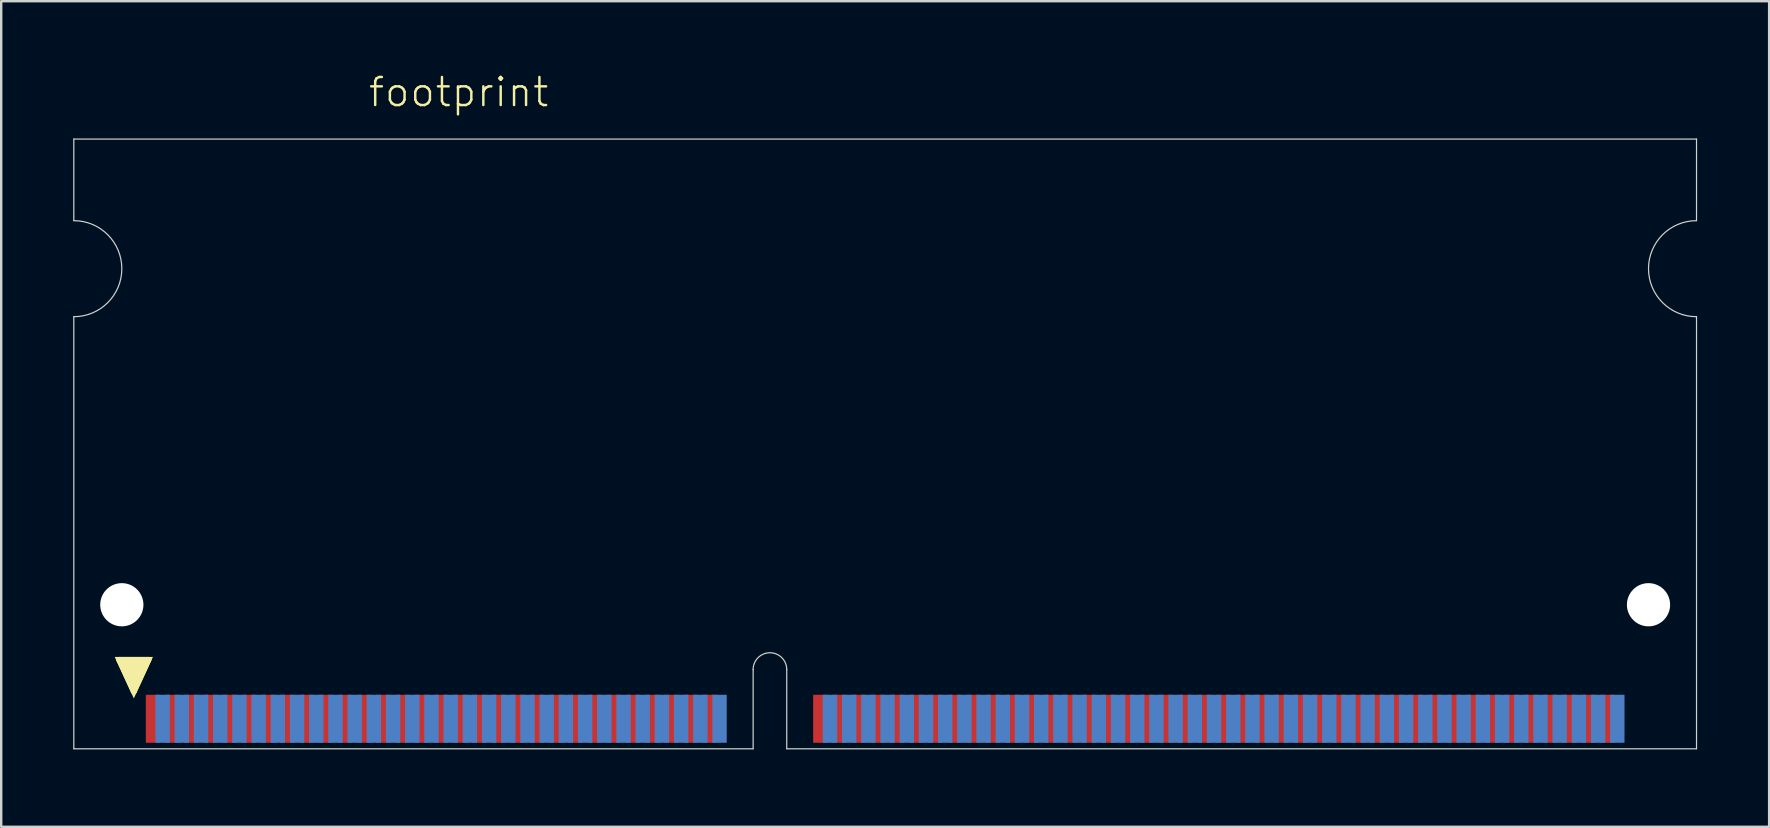
<source format=kicad_pcb>
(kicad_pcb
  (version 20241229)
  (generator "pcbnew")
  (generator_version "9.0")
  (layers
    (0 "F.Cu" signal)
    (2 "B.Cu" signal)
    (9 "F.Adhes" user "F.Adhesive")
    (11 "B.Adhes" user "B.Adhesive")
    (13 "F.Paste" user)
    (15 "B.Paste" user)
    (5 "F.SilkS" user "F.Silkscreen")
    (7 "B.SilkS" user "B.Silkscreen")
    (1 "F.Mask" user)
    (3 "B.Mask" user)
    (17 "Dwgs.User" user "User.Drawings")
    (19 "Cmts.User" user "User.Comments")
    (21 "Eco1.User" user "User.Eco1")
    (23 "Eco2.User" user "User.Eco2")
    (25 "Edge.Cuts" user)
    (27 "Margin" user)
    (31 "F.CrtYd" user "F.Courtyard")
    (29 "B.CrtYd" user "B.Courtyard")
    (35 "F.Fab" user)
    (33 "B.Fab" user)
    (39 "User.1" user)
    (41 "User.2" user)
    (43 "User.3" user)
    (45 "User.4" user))
  (footprint "footprint"
    (layer "F.Cu")
    (at 33.825 28.143)
    (property "Reference" "footprint" (at -21.59 -26.67 0) (layer "F.SilkS") (effects (font (size 1.168 1.168) (thickness 0.102)) (justify left bottom)))
    (fp_line (start -31.9 -3.7) (end -30.7 -3.7) (stroke (width 0.254) (type solid)) (layer "F.SilkS"))
    (fp_line (start -31.3 -2.4) (end -31.9 -3.7) (stroke (width 0.254) (type solid)) (layer "F.SilkS"))
    (fp_line (start -30.7 -3.7) (end -31.3 -2.4) (stroke (width 0.254) (type solid)) (layer "F.SilkS"))
    (fp_poly (pts (xy -31.3 -2.097) (xy -32.098 -3.827) (xy -30.502 -3.827)) (stroke (width 0) (type solid)) (fill yes) (layer "F.SilkS"))
    (fp_line (start -33.8 -25.4) (end -33.8 -22) (stroke (width 0.05) (type solid)) (layer "Edge.Cuts"))
    (fp_line (start -33.8 -18) (end -33.8 0) (stroke (width 0.05) (type solid)) (layer "Edge.Cuts"))
    (fp_line (start -33.8 0) (end -5.5 0) (stroke (width 0.05) (type solid)) (layer "Edge.Cuts"))
    (fp_line (start -5.5 0) (end -5.5 -3.3) (stroke (width 0.05) (type solid)) (layer "Edge.Cuts"))
    (fp_line (start -4.1 0) (end -4.1 -3.3) (stroke (width 0.05) (type solid)) (layer "Edge.Cuts"))
    (fp_line (start -4.1 0) (end 33.8 0) (stroke (width 0.05) (type solid)) (layer "Edge.Cuts"))
    (fp_line (start 33.8 -25.4) (end -33.8 -25.4) (stroke (width 0.05) (type solid)) (layer "Edge.Cuts"))
    (fp_line (start 33.8 -22) (end 33.8 -25.4) (stroke (width 0.05) (type solid)) (layer "Edge.Cuts"))
    (fp_line (start 33.8 0) (end 33.8 -18) (stroke (width 0.05) (type solid)) (layer "Edge.Cuts"))
    (fp_arc (start -33.8 -22) (mid -31.8 -20) (end -33.8 -18) (stroke (width 0.05) (type solid)) (layer "Edge.Cuts"))
    (fp_arc (start -5.5 -3.3) (mid -4.8 -4) (end -4.1 -3.3) (stroke (width 0.05) (type solid)) (layer "Edge.Cuts"))
    (fp_arc (start 33.8 -18) (mid 31.8 -20) (end 33.8 -22) (stroke (width 0.05) (type solid)) (layer "Edge.Cuts"))
    (pad "" np_thru_hole circle (at -31.8 -6) (size 1.8 1.8) (drill 1.8) (layers "*.Cu" "*.Mask"))
    (pad "" np_thru_hole circle (at 31.8 -6) (size 1.8 1.8) (drill 1.8) (layers "*.Cu" "*.Mask"))
    (pad "1" smd rect (at -30.5 -1.25) (size 0.6 2) (layers "F.Cu" "F.Mask" "F.Paste"))
    (pad "2" smd rect (at -29.7 -1.25) (size 0.6 2) (layers "F.Cu" "F.Mask" "F.Paste"))
    (pad "3" smd rect (at -28.9 -1.25) (size 0.6 2) (layers "F.Cu" "F.Mask" "F.Paste"))
    (pad "4" smd rect (at -28.1 -1.25) (size 0.6 2) (layers "F.Cu" "F.Mask" "F.Paste"))
    (pad "5" smd rect (at -27.3 -1.25) (size 0.6 2) (layers "F.Cu" "F.Mask" "F.Paste"))
    (pad "6" smd rect (at -26.5 -1.25) (size 0.6 2) (layers "F.Cu" "F.Mask" "F.Paste"))
    (pad "7" smd rect (at -25.7 -1.25) (size 0.6 2) (layers "F.Cu" "F.Mask" "F.Paste"))
    (pad "8" smd rect (at -24.9 -1.25) (size 0.6 2) (layers "F.Cu" "F.Mask" "F.Paste"))
    (pad "9" smd rect (at -24.1 -1.25) (size 0.6 2) (layers "F.Cu" "F.Mask" "F.Paste"))
    (pad "10" smd rect (at -23.3 -1.25) (size 0.6 2) (layers "F.Cu" "F.Mask" "F.Paste"))
    (pad "11" smd rect (at -22.5 -1.25) (size 0.6 2) (layers "F.Cu" "F.Mask" "F.Paste"))
    (pad "12" smd rect (at -21.7 -1.25) (size 0.6 2) (layers "F.Cu" "F.Mask" "F.Paste"))
    (pad "13" smd rect (at -20.9 -1.25) (size 0.6 2) (layers "F.Cu" "F.Mask" "F.Paste"))
    (pad "14" smd rect (at -20.1 -1.25) (size 0.6 2) (layers "F.Cu" "F.Mask" "F.Paste"))
    (pad "15" smd rect (at -19.3 -1.25) (size 0.6 2) (layers "F.Cu" "F.Mask" "F.Paste"))
    (pad "16" smd rect (at -18.5 -1.25) (size 0.6 2) (layers "F.Cu" "F.Mask" "F.Paste"))
    (pad "17" smd rect (at -17.7 -1.25) (size 0.6 2) (layers "F.Cu" "F.Mask" "F.Paste"))
    (pad "18" smd rect (at -16.9 -1.25) (size 0.6 2) (layers "F.Cu" "F.Mask" "F.Paste"))
    (pad "19" smd rect (at -16.1 -1.25) (size 0.6 2) (layers "F.Cu" "F.Mask" "F.Paste"))
    (pad "20" smd rect (at -15.3 -1.25) (size 0.6 2) (layers "F.Cu" "F.Mask" "F.Paste"))
    (pad "21" smd rect (at -14.5 -1.25) (size 0.6 2) (layers "F.Cu" "F.Mask" "F.Paste"))
    (pad "22" smd rect (at -13.7 -1.25) (size 0.6 2) (layers "F.Cu" "F.Mask" "F.Paste"))
    (pad "23" smd rect (at -12.9 -1.25) (size 0.6 2) (layers "F.Cu" "F.Mask" "F.Paste"))
    (pad "24" smd rect (at -12.1 -1.25) (size 0.6 2) (layers "F.Cu" "F.Mask" "F.Paste"))
    (pad "25" smd rect (at -11.3 -1.25) (size 0.6 2) (layers "F.Cu" "F.Mask" "F.Paste"))
    (pad "26" smd rect (at -10.5 -1.25) (size 0.6 2) (layers "F.Cu" "F.Mask" "F.Paste"))
    (pad "27" smd rect (at -9.7 -1.25) (size 0.6 2) (layers "F.Cu" "F.Mask" "F.Paste"))
    (pad "28" smd rect (at -8.9 -1.25) (size 0.6 2) (layers "F.Cu" "F.Mask" "F.Paste"))
    (pad "29" smd rect (at -8.1 -1.25) (size 0.6 2) (layers "F.Cu" "F.Mask" "F.Paste"))
    (pad "30" smd rect (at -7.3 -1.25) (size 0.6 2) (layers "F.Cu" "F.Mask" "F.Paste"))
    (pad "31" smd rect (at -2.7 -1.25) (size 0.6 2) (layers "F.Cu" "F.Mask" "F.Paste"))
    (pad "32" smd rect (at -1.9 -1.25) (size 0.6 2) (layers "F.Cu" "F.Mask" "F.Paste"))
    (pad "33" smd rect (at -1.1 -1.25) (size 0.6 2) (layers "F.Cu" "F.Mask" "F.Paste"))
    (pad "34" smd rect (at -0.3 -1.25) (size 0.6 2) (layers "F.Cu" "F.Mask" "F.Paste"))
    (pad "35" smd rect (at 0.5 -1.25) (size 0.6 2) (layers "F.Cu" "F.Mask" "F.Paste"))
    (pad "36" smd rect (at 1.3 -1.25) (size 0.6 2) (layers "F.Cu" "F.Mask" "F.Paste"))
    (pad "37" smd rect (at 2.1 -1.25) (size 0.6 2) (layers "F.Cu" "F.Mask" "F.Paste"))
    (pad "38" smd rect (at 2.9 -1.25) (size 0.6 2) (layers "F.Cu" "F.Mask" "F.Paste"))
    (pad "39" smd rect (at 3.7 -1.25) (size 0.6 2) (layers "F.Cu" "F.Mask" "F.Paste"))
    (pad "40" smd rect (at 4.5 -1.25) (size 0.6 2) (layers "F.Cu" "F.Mask" "F.Paste"))
    (pad "41" smd rect (at 5.3 -1.25) (size 0.6 2) (layers "F.Cu" "F.Mask" "F.Paste"))
    (pad "42" smd rect (at 6.1 -1.25) (size 0.6 2) (layers "F.Cu" "F.Mask" "F.Paste"))
    (pad "43" smd rect (at 6.9 -1.25) (size 0.6 2) (layers "F.Cu" "F.Mask" "F.Paste"))
    (pad "44" smd rect (at 7.7 -1.25) (size 0.6 2) (layers "F.Cu" "F.Mask" "F.Paste"))
    (pad "45" smd rect (at 8.5 -1.25) (size 0.6 2) (layers "F.Cu" "F.Mask" "F.Paste"))
    (pad "46" smd rect (at 9.3 -1.25) (size 0.6 2) (layers "F.Cu" "F.Mask" "F.Paste"))
    (pad "47" smd rect (at 10.1 -1.25) (size 0.6 2) (layers "F.Cu" "F.Mask" "F.Paste"))
    (pad "48" smd rect (at 10.9 -1.25) (size 0.6 2) (layers "F.Cu" "F.Mask" "F.Paste"))
    (pad "49" smd rect (at 11.7 -1.25) (size 0.6 2) (layers "F.Cu" "F.Mask" "F.Paste"))
    (pad "50" smd rect (at 12.5 -1.25) (size 0.6 2) (layers "F.Cu" "F.Mask" "F.Paste"))
    (pad "51" smd rect (at 13.3 -1.25) (size 0.6 2) (layers "F.Cu" "F.Mask" "F.Paste"))
    (pad "52" smd rect (at 14.1 -1.25) (size 0.6 2) (layers "F.Cu" "F.Mask" "F.Paste"))
    (pad "53" smd rect (at 14.9 -1.25) (size 0.6 2) (layers "F.Cu" "F.Mask" "F.Paste"))
    (pad "54" smd rect (at 15.7 -1.25) (size 0.6 2) (layers "F.Cu" "F.Mask" "F.Paste"))
    (pad "55" smd rect (at 16.5 -1.25) (size 0.6 2) (layers "F.Cu" "F.Mask" "F.Paste"))
    (pad "56" smd rect (at 17.3 -1.25) (size 0.6 2) (layers "F.Cu" "F.Mask" "F.Paste"))
    (pad "57" smd rect (at 18.1 -1.25) (size 0.6 2) (layers "F.Cu" "F.Mask" "F.Paste"))
    (pad "58" smd rect (at 18.9 -1.25) (size 0.6 2) (layers "F.Cu" "F.Mask" "F.Paste"))
    (pad "59" smd rect (at 19.7 -1.25) (size 0.6 2) (layers "F.Cu" "F.Mask" "F.Paste"))
    (pad "60" smd rect (at 20.5 -1.25) (size 0.6 2) (layers "F.Cu" "F.Mask" "F.Paste"))
    (pad "61" smd rect (at 21.3 -1.25) (size 0.6 2) (layers "F.Cu" "F.Mask" "F.Paste"))
    (pad "62" smd rect (at 22.1 -1.25) (size 0.6 2) (layers "F.Cu" "F.Mask" "F.Paste"))
    (pad "63" smd rect (at 22.9 -1.25) (size 0.6 2) (layers "F.Cu" "F.Mask" "F.Paste"))
    (pad "64" smd rect (at 23.7 -1.25) (size 0.6 2) (layers "F.Cu" "F.Mask" "F.Paste"))
    (pad "65" smd rect (at 24.5 -1.25) (size 0.6 2) (layers "F.Cu" "F.Mask" "F.Paste"))
    (pad "66" smd rect (at 25.3 -1.25) (size 0.6 2) (layers "F.Cu" "F.Mask" "F.Paste"))
    (pad "67" smd rect (at 26.1 -1.25) (size 0.6 2) (layers "F.Cu" "F.Mask" "F.Paste"))
    (pad "68" smd rect (at 26.9 -1.25) (size 0.6 2) (layers "F.Cu" "F.Mask" "F.Paste"))
    (pad "69" smd rect (at 27.7 -1.25) (size 0.6 2) (layers "F.Cu" "F.Mask" "F.Paste"))
    (pad "70" smd rect (at 28.5 -1.25) (size 0.6 2) (layers "F.Cu" "F.Mask" "F.Paste"))
    (pad "71" smd rect (at 29.3 -1.25) (size 0.6 2) (layers "F.Cu" "F.Mask" "F.Paste"))
    (pad "72" smd rect (at 30.1 -1.25) (size 0.6 2) (layers "F.Cu" "F.Mask" "F.Paste"))
    (pad "73" smd rect (at -30.1 -1.25) (size 0.6 2) (layers "B.Cu" "B.Mask" "B.Paste"))
    (pad "74" smd rect (at -29.3 -1.25) (size 0.6 2) (layers "B.Cu" "B.Mask" "B.Paste"))
    (pad "75" smd rect (at -28.5 -1.25) (size 0.6 2) (layers "B.Cu" "B.Mask" "B.Paste"))
    (pad "76" smd rect (at -27.7 -1.25) (size 0.6 2) (layers "B.Cu" "B.Mask" "B.Paste"))
    (pad "77" smd rect (at -26.9 -1.25) (size 0.6 2) (layers "B.Cu" "B.Mask" "B.Paste"))
    (pad "78" smd rect (at -26.1 -1.25) (size 0.6 2) (layers "B.Cu" "B.Mask" "B.Paste"))
    (pad "79" smd rect (at -25.3 -1.25) (size 0.6 2) (layers "B.Cu" "B.Mask" "B.Paste"))
    (pad "80" smd rect (at -24.5 -1.25) (size 0.6 2) (layers "B.Cu" "B.Mask" "B.Paste"))
    (pad "81" smd rect (at -23.7 -1.25) (size 0.6 2) (layers "B.Cu" "B.Mask" "B.Paste"))
    (pad "82" smd rect (at -22.9 -1.25) (size 0.6 2) (layers "B.Cu" "B.Mask" "B.Paste"))
    (pad "83" smd rect (at -22.1 -1.25) (size 0.6 2) (layers "B.Cu" "B.Mask" "B.Paste"))
    (pad "84" smd rect (at -21.3 -1.25) (size 0.6 2) (layers "B.Cu" "B.Mask" "B.Paste"))
    (pad "85" smd rect (at -20.5 -1.25) (size 0.6 2) (layers "B.Cu" "B.Mask" "B.Paste"))
    (pad "86" smd rect (at -19.7 -1.25) (size 0.6 2) (layers "B.Cu" "B.Mask" "B.Paste"))
    (pad "87" smd rect (at -18.9 -1.25) (size 0.6 2) (layers "B.Cu" "B.Mask" "B.Paste"))
    (pad "88" smd rect (at -18.1 -1.25) (size 0.6 2) (layers "B.Cu" "B.Mask" "B.Paste"))
    (pad "89" smd rect (at -17.3 -1.25) (size 0.6 2) (layers "B.Cu" "B.Mask" "B.Paste"))
    (pad "90" smd rect (at -16.5 -1.25) (size 0.6 2) (layers "B.Cu" "B.Mask" "B.Paste"))
    (pad "91" smd rect (at -15.7 -1.25) (size 0.6 2) (layers "B.Cu" "B.Mask" "B.Paste"))
    (pad "92" smd rect (at -14.9 -1.25) (size 0.6 2) (layers "B.Cu" "B.Mask" "B.Paste"))
    (pad "93" smd rect (at -14.1 -1.25) (size 0.6 2) (layers "B.Cu" "B.Mask" "B.Paste"))
    (pad "94" smd rect (at -13.3 -1.25) (size 0.6 2) (layers "B.Cu" "B.Mask" "B.Paste"))
    (pad "95" smd rect (at -12.5 -1.25) (size 0.6 2) (layers "B.Cu" "B.Mask" "B.Paste"))
    (pad "96" smd rect (at -11.7 -1.25) (size 0.6 2) (layers "B.Cu" "B.Mask" "B.Paste"))
    (pad "97" smd rect (at -10.9 -1.25) (size 0.6 2) (layers "B.Cu" "B.Mask" "B.Paste"))
    (pad "98" smd rect (at -10.1 -1.25) (size 0.6 2) (layers "B.Cu" "B.Mask" "B.Paste"))
    (pad "99" smd rect (at -9.3 -1.25) (size 0.6 2) (layers "B.Cu" "B.Mask" "B.Paste"))
    (pad "100" smd rect (at -8.5 -1.25) (size 0.6 2) (layers "B.Cu" "B.Mask" "B.Paste"))
    (pad "101" smd rect (at -7.7 -1.25) (size 0.6 2) (layers "B.Cu" "B.Mask" "B.Paste"))
    (pad "102" smd rect (at -6.9 -1.25) (size 0.6 2) (layers "B.Cu" "B.Mask" "B.Paste"))
    (pad "103" smd rect (at -2.3 -1.25) (size 0.6 2) (layers "B.Cu" "B.Mask" "B.Paste"))
    (pad "104" smd rect (at -1.5 -1.25) (size 0.6 2) (layers "B.Cu" "B.Mask" "B.Paste"))
    (pad "105" smd rect (at -0.7 -1.25) (size 0.6 2) (layers "B.Cu" "B.Mask" "B.Paste"))
    (pad "106" smd rect (at 0.1 -1.25) (size 0.6 2) (layers "B.Cu" "B.Mask" "B.Paste"))
    (pad "107" smd rect (at 0.9 -1.25) (size 0.6 2) (layers "B.Cu" "B.Mask" "B.Paste"))
    (pad "108" smd rect (at 1.7 -1.25) (size 0.6 2) (layers "B.Cu" "B.Mask" "B.Paste"))
    (pad "109" smd rect (at 2.5 -1.25) (size 0.6 2) (layers "B.Cu" "B.Mask" "B.Paste"))
    (pad "110" smd rect (at 3.3 -1.25) (size 0.6 2) (layers "B.Cu" "B.Mask" "B.Paste"))
    (pad "111" smd rect (at 4.1 -1.25) (size 0.6 2) (layers "B.Cu" "B.Mask" "B.Paste"))
    (pad "112" smd rect (at 4.9 -1.25) (size 0.6 2) (layers "B.Cu" "B.Mask" "B.Paste"))
    (pad "113" smd rect (at 5.7 -1.25) (size 0.6 2) (layers "B.Cu" "B.Mask" "B.Paste"))
    (pad "114" smd rect (at 6.5 -1.25) (size 0.6 2) (layers "B.Cu" "B.Mask" "B.Paste"))
    (pad "115" smd rect (at 7.3 -1.25) (size 0.6 2) (layers "B.Cu" "B.Mask" "B.Paste"))
    (pad "116" smd rect (at 8.1 -1.25) (size 0.6 2) (layers "B.Cu" "B.Mask" "B.Paste"))
    (pad "117" smd rect (at 8.9 -1.25) (size 0.6 2) (layers "B.Cu" "B.Mask" "B.Paste"))
    (pad "118" smd rect (at 9.7 -1.25) (size 0.6 2) (layers "B.Cu" "B.Mask" "B.Paste"))
    (pad "119" smd rect (at 10.5 -1.25) (size 0.6 2) (layers "B.Cu" "B.Mask" "B.Paste"))
    (pad "120" smd rect (at 11.3 -1.25) (size 0.6 2) (layers "B.Cu" "B.Mask" "B.Paste"))
    (pad "121" smd rect (at 12.1 -1.25) (size 0.6 2) (layers "B.Cu" "B.Mask" "B.Paste"))
    (pad "122" smd rect (at 12.9 -1.25) (size 0.6 2) (layers "B.Cu" "B.Mask" "B.Paste"))
    (pad "123" smd rect (at 13.7 -1.25) (size 0.6 2) (layers "B.Cu" "B.Mask" "B.Paste"))
    (pad "124" smd rect (at 14.5 -1.25) (size 0.6 2) (layers "B.Cu" "B.Mask" "B.Paste"))
    (pad "125" smd rect (at 15.3 -1.25) (size 0.6 2) (layers "B.Cu" "B.Mask" "B.Paste"))
    (pad "126" smd rect (at 16.1 -1.25) (size 0.6 2) (layers "B.Cu" "B.Mask" "B.Paste"))
    (pad "127" smd rect (at 16.9 -1.25) (size 0.6 2) (layers "B.Cu" "B.Mask" "B.Paste"))
    (pad "128" smd rect (at 17.7 -1.25) (size 0.6 2) (layers "B.Cu" "B.Mask" "B.Paste"))
    (pad "129" smd rect (at 18.5 -1.25) (size 0.6 2) (layers "B.Cu" "B.Mask" "B.Paste"))
    (pad "130" smd rect (at 19.3 -1.25) (size 0.6 2) (layers "B.Cu" "B.Mask" "B.Paste"))
    (pad "131" smd rect (at 20.1 -1.25) (size 0.6 2) (layers "B.Cu" "B.Mask" "B.Paste"))
    (pad "132" smd rect (at 20.9 -1.25) (size 0.6 2) (layers "B.Cu" "B.Mask" "B.Paste"))
    (pad "133" smd rect (at 21.7 -1.25) (size 0.6 2) (layers "B.Cu" "B.Mask" "B.Paste"))
    (pad "134" smd rect (at 22.5 -1.25) (size 0.6 2) (layers "B.Cu" "B.Mask" "B.Paste"))
    (pad "135" smd rect (at 23.3 -1.25) (size 0.6 2) (layers "B.Cu" "B.Mask" "B.Paste"))
    (pad "136" smd rect (at 24.1 -1.25) (size 0.6 2) (layers "B.Cu" "B.Mask" "B.Paste"))
    (pad "137" smd rect (at 24.9 -1.25) (size 0.6 2) (layers "B.Cu" "B.Mask" "B.Paste"))
    (pad "138" smd rect (at 25.7 -1.25) (size 0.6 2) (layers "B.Cu" "B.Mask" "B.Paste"))
    (pad "139" smd rect (at 26.5 -1.25) (size 0.6 2) (layers "B.Cu" "B.Mask" "B.Paste"))
    (pad "140" smd rect (at 27.3 -1.25) (size 0.6 2) (layers "B.Cu" "B.Mask" "B.Paste"))
    (pad "141" smd rect (at 28.1 -1.25) (size 0.6 2) (layers "B.Cu" "B.Mask" "B.Paste"))
    (pad "142" smd rect (at 28.9 -1.25) (size 0.6 2) (layers "B.Cu" "B.Mask" "B.Paste"))
    (pad "143" smd rect (at 29.7 -1.25) (size 0.6 2) (layers "B.Cu" "B.Mask" "B.Paste"))
    (pad "144" smd rect (at 30.5 -1.25) (size 0.6 2) (layers "B.Cu" "B.Mask" "B.Paste")))
  (gr_rect
    (start -3 -3)
    (end 70.65 31.393)
    (stroke (width 0.1) (type default))
    (fill no)
    (layer "Edge.Cuts")))
</source>
